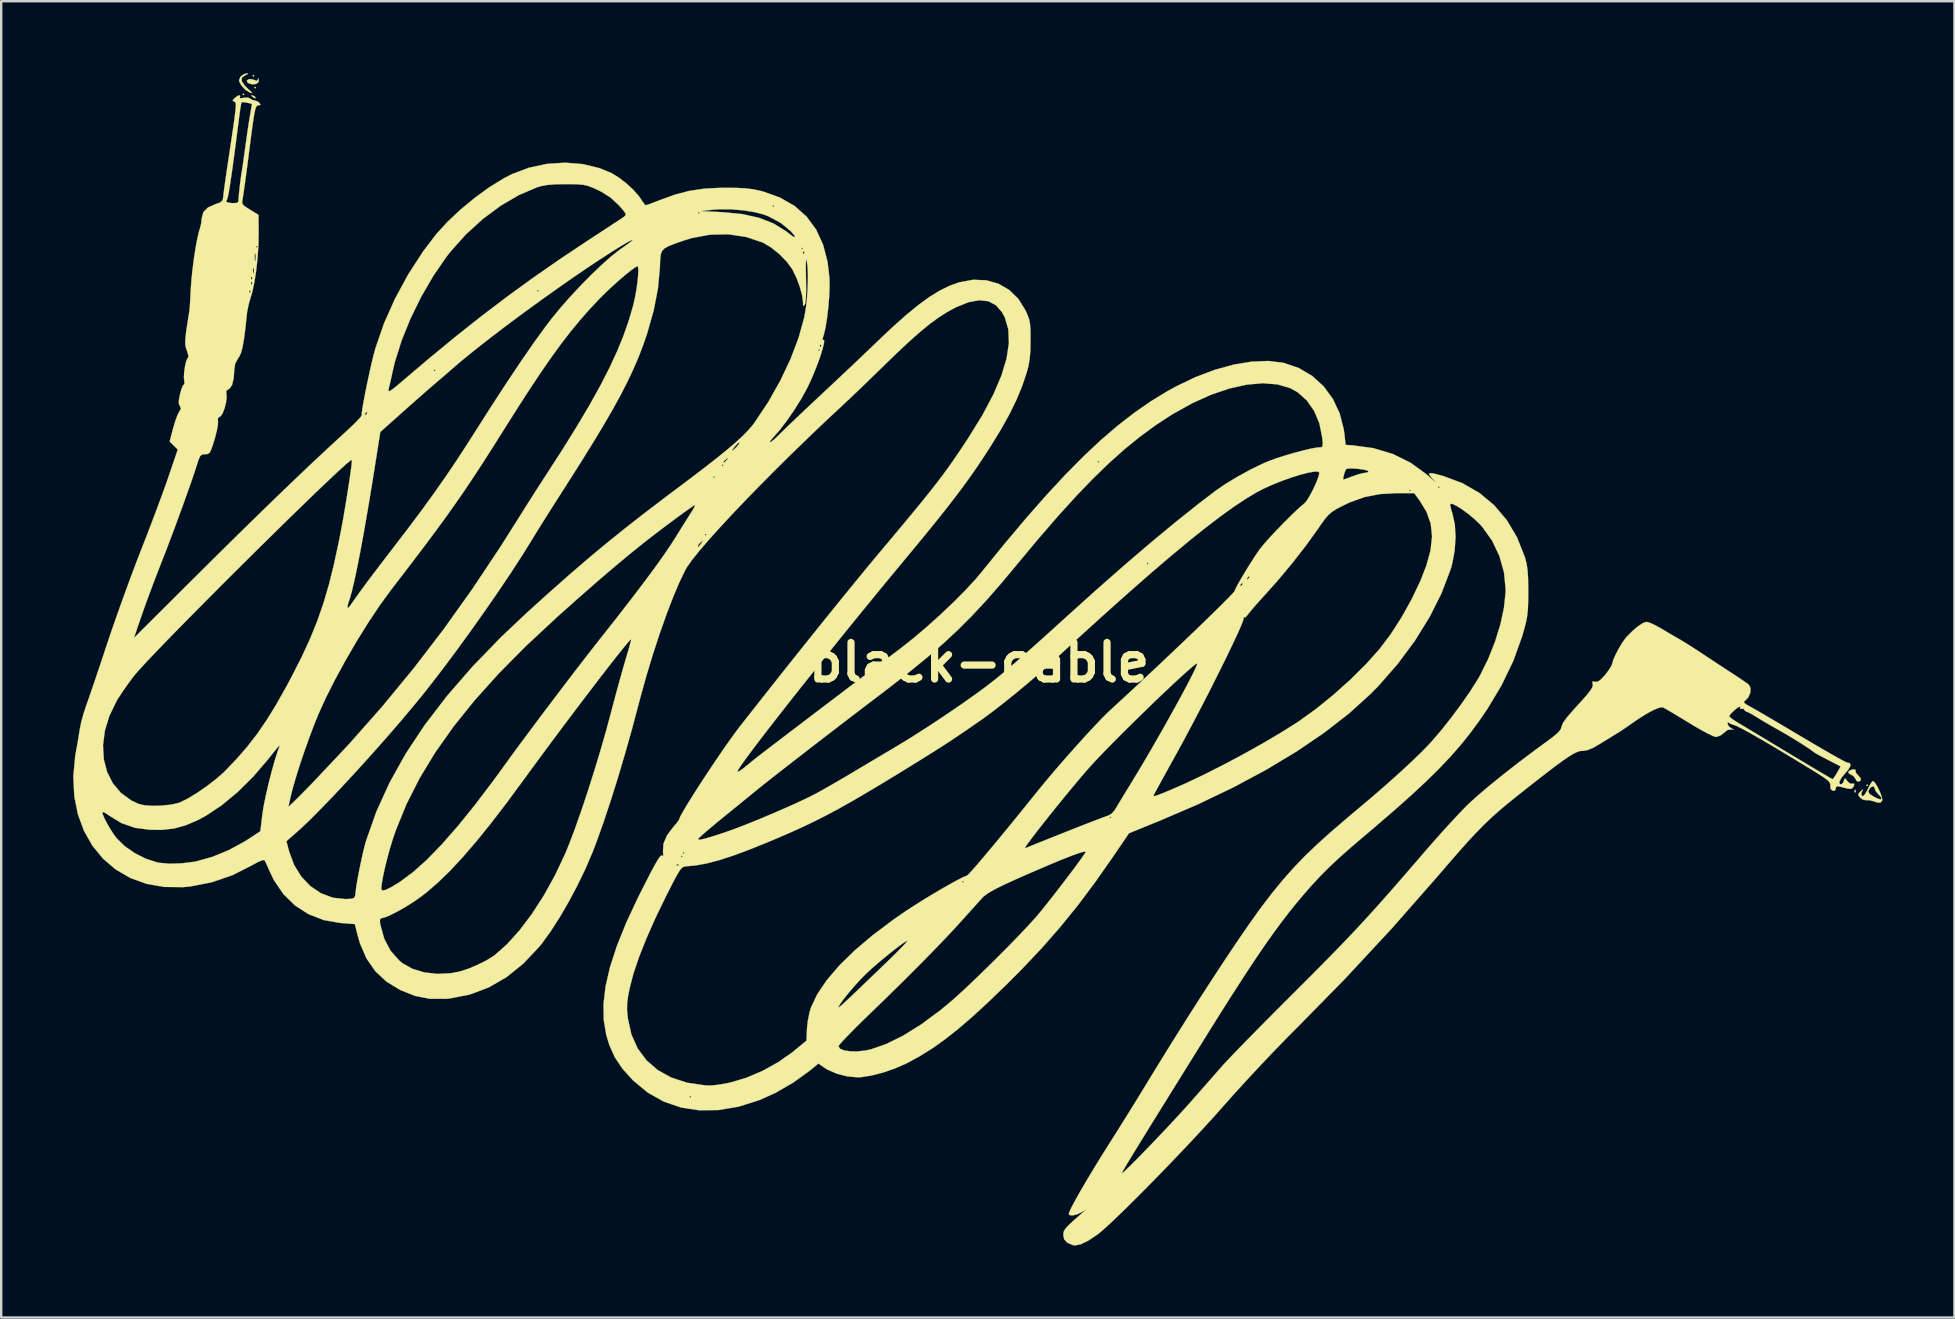
<source format=kicad_pcb>
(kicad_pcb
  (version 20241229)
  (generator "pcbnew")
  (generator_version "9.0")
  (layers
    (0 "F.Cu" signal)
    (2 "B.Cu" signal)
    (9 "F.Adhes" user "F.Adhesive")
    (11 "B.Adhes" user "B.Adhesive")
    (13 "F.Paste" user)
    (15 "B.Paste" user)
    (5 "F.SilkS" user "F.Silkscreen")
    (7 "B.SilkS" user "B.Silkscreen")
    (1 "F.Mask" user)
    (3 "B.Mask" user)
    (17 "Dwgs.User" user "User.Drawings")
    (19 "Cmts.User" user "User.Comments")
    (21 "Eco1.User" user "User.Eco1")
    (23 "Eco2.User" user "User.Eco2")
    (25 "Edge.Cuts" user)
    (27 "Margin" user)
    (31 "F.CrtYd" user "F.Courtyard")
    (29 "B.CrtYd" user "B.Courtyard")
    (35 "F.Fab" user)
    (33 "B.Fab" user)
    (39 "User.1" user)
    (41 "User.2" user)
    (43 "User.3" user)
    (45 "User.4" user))
  (footprint "black-cable"
    (layer "F.Cu")
    (at 37.742 24.553)
    (property "Reference" "black-cable" (at 0 0 0) (layer "F.SilkS") (effects (font (size 1.524 1.524) (thickness 0.3))))
    (attr through_hole)
    (fp_poly (pts (xy -30.621 -23.671) (xy -30.656 -23.636) (xy -30.692 -23.671) (xy -30.656 -23.707) (xy -30.621 -23.671)) (stroke (width 0.01) (type solid)) (fill yes) (layer "F.SilkS"))
    (fp_poly (pts (xy -30.198 -24.448) (xy -30.233 -24.412) (xy -30.268 -24.448) (xy -30.233 -24.483) (xy -30.198 -24.448)) (stroke (width 0.01) (type solid)) (fill yes) (layer "F.SilkS"))
    (fp_poly (pts (xy -30.127 -23.954) (xy -30.163 -23.918) (xy -30.198 -23.954) (xy -30.163 -23.989) (xy -30.127 -23.954)) (stroke (width 0.01) (type solid)) (fill yes) (layer "F.SilkS"))
    (fp_poly (pts (xy 37.042 5.115) (xy 37.006 5.151) (xy 36.971 5.115) (xy 37.006 5.08) (xy 37.042 5.115)) (stroke (width 0.01) (type solid)) (fill yes) (layer "F.SilkS"))
    (fp_poly (pts (xy 36.524 5.315) (xy 36.533 5.399) (xy 36.524 5.409) (xy 36.482 5.4) (xy 36.477 5.362) (xy 36.503 5.304) (xy 36.524 5.315)) (stroke (width 0.01) (type solid)) (fill yes) (layer "F.SilkS"))
    (fp_poly (pts (xy -30.178 -23.585) (xy -30.163 -23.566) (xy -30.138 -23.502) (xy -30.204 -23.526) (xy -30.268 -23.566) (xy -30.323 -23.622) (xy -30.29 -23.635) (xy -30.178 -23.585)) (stroke (width 0.01) (type solid)) (fill yes) (layer "F.SilkS"))
    (fp_poly (pts (xy -30.02 -24.328) (xy -30.009 -24.24) (xy -30.024 -24.183) (xy -30.118 -24.106) (xy -30.275 -24.088) (xy -30.43 -24.129) (xy -30.488 -24.175) (xy -30.503 -24.256) (xy -30.422 -24.303) (xy -30.29 -24.303) (xy -30.193 -24.268) (xy -30.084 -24.232) (xy -30.057 -24.28) (xy -30.034 -24.336) (xy -30.02 -24.328)) (stroke (width 0.01) (type solid)) (fill yes) (layer "F.SilkS"))
    (fp_poly (pts (xy 36.51 4.462) (xy 36.522 4.5) (xy 36.537 4.591) (xy 36.62 4.693) (xy 36.739 4.828) (xy 36.737 4.916) (xy 36.661 4.962) (xy 36.564 4.937) (xy 36.525 4.858) (xy 36.432 4.727) (xy 36.338 4.678) (xy 36.227 4.612) (xy 36.237 4.529) (xy 36.358 4.465) (xy 36.402 4.457) (xy 36.51 4.462)) (stroke (width 0.01) (type solid)) (fill yes) (layer "F.SilkS"))
    (fp_poly (pts (xy -30.457 -24.525) (xy -30.557 -24.476) (xy -30.571 -24.47) (xy -30.711 -24.371) (xy -30.72 -24.225) (xy -30.598 -24.036) (xy -30.46 -23.901) (xy -30.319 -23.773) (xy -30.281 -23.722) (xy -30.339 -23.733) (xy -30.396 -23.755) (xy -30.567 -23.864) (xy -30.722 -24.026) (xy -30.819 -24.193) (xy -30.833 -24.259) (xy -30.771 -24.409) (xy -30.622 -24.518) (xy -30.467 -24.548) (xy -30.457 -24.525)) (stroke (width 0.01) (type solid)) (fill yes) (layer "F.SilkS"))
    (fp_poly (pts (xy 37.321 4.999) (xy 37.417 5.148) (xy 37.516 5.343) (xy 37.596 5.541) (xy 37.636 5.695) (xy 37.633 5.747) (xy 37.567 5.833) (xy 37.445 5.84) (xy 37.254 5.777) (xy 37.076 5.735) (xy 36.958 5.739) (xy 36.824 5.715) (xy 36.715 5.634) (xy 36.636 5.53) (xy 36.653 5.451) (xy 36.746 5.359) (xy 36.832 5.288) (xy 36.835 5.299) (xy 36.83 5.305) (xy 36.767 5.432) (xy 36.774 5.54) (xy 36.828 5.574) (xy 36.895 5.515) (xy 36.988 5.365) (xy 36.991 5.359) (xy 37.05 5.359) (xy 37.097 5.47) (xy 37.273 5.587) (xy 37.471 5.682) (xy 37.575 5.706) (xy 37.606 5.665) (xy 37.606 5.66) (xy 37.558 5.578) (xy 37.465 5.484) (xy 37.358 5.355) (xy 37.324 5.257) (xy 37.287 5.16) (xy 37.189 5.182) (xy 37.126 5.235) (xy 37.05 5.359) (xy 36.991 5.359) (xy 37.042 5.256) (xy 37.136 5.073) (xy 37.218 4.958) (xy 37.248 4.939) (xy 37.321 4.999)) (stroke (width 0.01) (type solid)) (fill yes) (layer "F.SilkS"))
    (fp_poly (pts (xy -30.784 -23.598) (xy -30.802 -23.558) (xy -30.792 -23.511) (xy -30.661 -23.522) (xy -30.637 -23.527) (xy -30.464 -23.539) (xy -30.377 -23.499) (xy -30.274 -23.435) (xy -30.202 -23.424) (xy -30.05 -23.373) (xy -29.986 -23.319) (xy -29.939 -23.236) (xy -30.014 -23.213) (xy -30.033 -23.213) (xy -30.076 -23.203) (xy -30.113 -23.163) (xy -30.147 -23.078) (xy -30.183 -22.931) (xy -30.222 -22.707) (xy -30.268 -22.391) (xy -30.325 -21.966) (xy -30.396 -21.417) (xy -30.398 -21.396) (xy -30.463 -20.892) (xy -30.525 -20.421) (xy -30.581 -20.008) (xy -30.628 -19.672) (xy -30.663 -19.436) (xy -30.681 -19.332) (xy -30.704 -19.19) (xy -30.681 -19.093) (xy -30.587 -19.002) (xy -30.397 -18.88) (xy -30.378 -18.869) (xy -30.021 -18.652) (xy -30.014 -17.916) (xy -30.023 -17.404) (xy -30.06 -16.861) (xy -30.118 -16.326) (xy -30.194 -15.834) (xy -30.283 -15.425) (xy -30.339 -15.24) (xy -30.424 -14.947) (xy -30.489 -14.638) (xy -30.508 -14.499) (xy -30.568 -13.929) (xy -30.625 -13.485) (xy -30.684 -13.151) (xy -30.746 -12.912) (xy -30.816 -12.754) (xy -30.863 -12.69) (xy -30.995 -12.446) (xy -31.025 -12.241) (xy -31.057 -11.834) (xy -31.126 -11.555) (xy -31.231 -11.408) (xy -31.266 -11.391) (xy -31.366 -11.313) (xy -31.361 -11.215) (xy -31.347 -11.048) (xy -31.376 -10.824) (xy -31.436 -10.588) (xy -31.514 -10.386) (xy -31.597 -10.263) (xy -31.626 -10.247) (xy -31.714 -10.176) (xy -31.709 -10.056) (xy -31.711 -9.919) (xy -31.751 -9.689) (xy -31.82 -9.408) (xy -31.855 -9.288) (xy -31.946 -8.999) (xy -32.014 -8.819) (xy -32.076 -8.724) (xy -32.149 -8.685) (xy -32.245 -8.678) (xy -32.373 -8.663) (xy -32.455 -8.594) (xy -32.523 -8.436) (xy -32.552 -8.343) (xy -32.659 -8.009) (xy -32.808 -7.569) (xy -32.991 -7.05) (xy -33.196 -6.478) (xy -33.416 -5.879) (xy -33.639 -5.279) (xy -33.858 -4.703) (xy -34.041 -4.233) (xy -34.232 -3.744) (xy -34.429 -3.228) (xy -34.617 -2.723) (xy -34.781 -2.273) (xy -34.898 -1.94) (xy -35.211 -1.023) (xy -32.863 -3.361) (xy -31.829 -4.387) (xy -30.883 -5.322) (xy -30.012 -6.174) (xy -29.208 -6.955) (xy -28.46 -7.673) (xy -27.757 -8.34) (xy -27.088 -8.964) (xy -26.445 -9.557) (xy -26.372 -9.624) (xy -26.12 -9.859) (xy -25.915 -10.062) (xy -25.775 -10.214) (xy -25.718 -10.296) (xy -25.718 -10.302) (xy -25.718 -10.306) (xy -25.594 -10.306) (xy -25.585 -10.301) (xy -25.52 -10.351) (xy -25.506 -10.372) (xy -25.488 -10.438) (xy -25.498 -10.442) (xy -25.562 -10.393) (xy -25.576 -10.372) (xy -25.594 -10.306) (xy -25.718 -10.306) (xy -25.718 -10.391) (xy -25.691 -10.593) (xy -25.641 -10.882) (xy -25.574 -11.234) (xy -25.557 -11.319) (xy -24.611 -11.319) (xy -24.567 -11.303) (xy -24.453 -11.371) (xy -24.255 -11.529) (xy -24.144 -11.624) (xy -23.5 -12.171) (xy -22.719 -12.171) (xy -22.684 -12.136) (xy -22.648 -12.171) (xy -22.684 -12.206) (xy -22.719 -12.171) (xy -23.5 -12.171) (xy -22.942 -12.644) (xy -21.809 -13.577) (xy -20.718 -14.441) (xy -19.646 -15.254) (xy -19.326 -15.487) (xy -18.415 -15.487) (xy -18.38 -15.452) (xy -18.344 -15.487) (xy -18.38 -15.522) (xy -18.415 -15.487) (xy -19.326 -15.487) (xy -18.568 -16.037) (xy -17.459 -16.807) (xy -16.293 -17.584) (xy -16.193 -17.649) (xy -15.809 -17.9) (xy -15.46 -18.129) (xy -15.164 -18.324) (xy -14.94 -18.471) (xy -14.81 -18.559) (xy -14.79 -18.572) (xy -14.73 -18.628) (xy -14.723 -18.691) (xy -14.747 -18.733) (xy -11.712 -18.733) (xy -11.677 -18.697) (xy -11.642 -18.733) (xy -11.677 -18.768) (xy -11.712 -18.733) (xy -14.747 -18.733) (xy -14.782 -18.791) (xy -14.797 -18.808) (xy -11.606 -18.808) (xy -10.654 -18.761) (xy -9.856 -18.682) (xy -9.165 -18.527) (xy -8.566 -18.293) (xy -8.045 -17.973) (xy -7.9 -17.859) (xy -7.735 -17.738) (xy -7.663 -17.719) (xy -7.691 -17.792) (xy -7.823 -17.949) (xy -7.835 -17.962) (xy -8.257 -18.312) (xy -8.77 -18.588) (xy -8.952 -18.659) (xy -9.337 -18.761) (xy -9.808 -18.837) (xy -10.311 -18.88) (xy -10.794 -18.885) (xy -11.055 -18.867) (xy -11.606 -18.808) (xy -14.797 -18.808) (xy -14.92 -18.953) (xy -14.976 -19.015) (xy -8.608 -19.015) (xy -8.572 -18.979) (xy -8.537 -19.015) (xy -8.572 -19.05) (xy -8.608 -19.015) (xy -14.976 -19.015) (xy -15.015 -19.058) (xy -15.349 -19.369) (xy -15.733 -19.612) (xy -15.888 -19.689) (xy -16.121 -19.794) (xy -16.309 -19.863) (xy -16.494 -19.903) (xy -16.717 -19.923) (xy -17.019 -19.93) (xy -17.216 -19.931) (xy -17.648 -19.923) (xy -17.979 -19.898) (xy -18.245 -19.849) (xy -18.415 -19.799) (xy -19.173 -19.475) (xy -19.934 -19.029) (xy -20.675 -18.479) (xy -21.375 -17.842) (xy -22.009 -17.135) (xy -22.194 -16.898) (xy -22.74 -16.103) (xy -23.244 -15.235) (xy -23.688 -14.328) (xy -24.057 -13.418) (xy -24.334 -12.538) (xy -24.421 -12.176) (xy -24.486 -11.879) (xy -24.543 -11.626) (xy -24.585 -11.454) (xy -24.596 -11.412) (xy -24.611 -11.319) (xy -25.557 -11.319) (xy -25.495 -11.623) (xy -25.409 -12.025) (xy -25.322 -12.415) (xy -25.237 -12.767) (xy -25.16 -13.056) (xy -25.15 -13.091) (xy -24.799 -14.112) (xy -24.337 -15.15) (xy -23.783 -16.17) (xy -23.158 -17.134) (xy -22.618 -17.843) (xy -22.158 -18.349) (xy -21.613 -18.862) (xy -21.018 -19.354) (xy -20.406 -19.798) (xy -19.813 -20.166) (xy -19.466 -20.346) (xy -18.752 -20.615) (xy -18.003 -20.775) (xy -17.244 -20.825) (xy -16.501 -20.765) (xy -15.8 -20.594) (xy -15.306 -20.388) (xy -15.01 -20.206) (xy -14.695 -19.963) (xy -14.404 -19.695) (xy -14.178 -19.439) (xy -14.111 -19.343) (xy -13.999 -19.174) (xy -13.912 -19.068) (xy -13.887 -19.052) (xy -13.804 -19.076) (xy -13.624 -19.14) (xy -13.383 -19.233) (xy -13.311 -19.261) (xy -12.663 -19.495) (xy -12.057 -19.653) (xy -11.439 -19.744) (xy -10.756 -19.779) (xy -10.548 -19.78) (xy -10.085 -19.774) (xy -9.723 -19.754) (xy -9.421 -19.718) (xy -9.141 -19.661) (xy -9.003 -19.626) (xy -8.292 -19.371) (xy -7.686 -19.022) (xy -7.185 -18.579) (xy -6.789 -18.042) (xy -6.497 -17.41) (xy -6.308 -16.682) (xy -6.232 -16.016) (xy -6.226 -15.659) (xy -6.243 -15.237) (xy -6.28 -14.788) (xy -6.332 -14.35) (xy -6.395 -13.962) (xy -6.465 -13.661) (xy -6.494 -13.575) (xy -6.527 -13.451) (xy -6.488 -13.443) (xy -6.45 -13.421) (xy -6.461 -13.292) (xy -6.514 -13.077) (xy -6.6 -12.797) (xy -6.714 -12.473) (xy -6.848 -12.129) (xy -6.994 -11.784) (xy -7.146 -11.461) (xy -7.154 -11.446) (xy -7.396 -11.004) (xy -7.687 -10.536) (xy -7.999 -10.084) (xy -8.303 -9.687) (xy -8.523 -9.437) (xy -8.652 -9.29) (xy -8.714 -9.194) (xy -8.707 -9.172) (xy -8.625 -9.22) (xy -8.48 -9.343) (xy -8.323 -9.497) (xy -8.187 -9.632) (xy -7.966 -9.846) (xy -7.675 -10.124) (xy -7.332 -10.449) (xy -6.955 -10.805) (xy -6.562 -11.173) (xy -6.128 -11.579) (xy -5.677 -12.004) (xy -5.234 -12.422) (xy -4.824 -12.811) (xy -4.473 -13.146) (xy -4.269 -13.343) (xy -3.619 -13.958) (xy -3.043 -14.472) (xy -2.53 -14.893) (xy -2.066 -15.23) (xy -1.638 -15.494) (xy -1.235 -15.692) (xy -0.843 -15.834) (xy -0.831 -15.838) (xy -0.25 -15.946) (xy 0.302 -15.925) (xy 0.811 -15.781) (xy 1.263 -15.519) (xy 1.643 -15.146) (xy 1.933 -14.677) (xy 2.028 -14.466) (xy 2.09 -14.289) (xy 2.126 -14.106) (xy 2.143 -13.876) (xy 2.147 -13.56) (xy 2.147 -13.406) (xy 2.138 -12.974) (xy 2.109 -12.634) (xy 2.056 -12.335) (xy 1.982 -12.065) (xy 1.792 -11.503) (xy 1.56 -10.942) (xy 1.276 -10.36) (xy 0.927 -9.732) (xy 0.501 -9.036) (xy 0.225 -8.608) (xy -0.055 -8.187) (xy -0.342 -7.773) (xy -0.647 -7.351) (xy -0.981 -6.905) (xy -1.356 -6.421) (xy -1.785 -5.883) (xy -2.278 -5.276) (xy -2.848 -4.585) (xy -3.115 -4.263) (xy -3.715 -3.539) (xy -4.324 -2.8) (xy -4.933 -2.054) (xy -5.538 -1.309) (xy -6.131 -0.574) (xy -6.707 0.143) (xy -7.258 0.834) (xy -7.779 1.492) (xy -8.262 2.107) (xy -8.702 2.672) (xy -9.093 3.179) (xy -9.427 3.619) (xy -9.698 3.984) (xy -9.901 4.267) (xy -10.028 4.459) (xy -10.073 4.551) (xy -10.071 4.558) (xy -10.003 4.535) (xy -9.863 4.442) (xy -9.728 4.337) (xy -9.537 4.181) (xy -9.378 4.051) (xy -9.313 3.999) (xy -9.194 3.906) (xy -8.978 3.739) (xy -8.679 3.511) (xy -8.314 3.232) (xy -7.897 2.914) (xy -7.444 2.569) (xy -6.969 2.208) (xy -6.489 1.843) (xy -6.018 1.486) (xy -5.572 1.147) (xy -5.165 0.84) (xy -4.814 0.574) (xy -4.533 0.363) (xy -4.516 0.35) (xy -4.161 0.084) (xy -3.844 -0.154) (xy -3.58 -0.352) (xy -3.39 -0.495) (xy -3.289 -0.57) (xy -3.281 -0.577) (xy -2.746 -1) (xy -2.183 -1.477) (xy -1.618 -1.984) (xy -1.076 -2.498) (xy -0.581 -2.995) (xy -0.159 -3.451) (xy 0.084 -3.739) (xy 1.046 -4.923) (xy 1.945 -5.991) (xy 2.789 -6.952) (xy 3.588 -7.813) (xy 4.129 -8.361) (xy 4.939 -8.361) (xy 4.974 -8.326) (xy 5.009 -8.361) (xy 4.974 -8.396) (xy 4.939 -8.361) (xy 4.129 -8.361) (xy 4.347 -8.581) (xy 5.075 -9.264) (xy 5.781 -9.87) (xy 6.471 -10.405) (xy 7.153 -10.878) (xy 7.837 -11.296) (xy 8.194 -11.494) (xy 9.01 -11.886) (xy 9.821 -12.193) (xy 10.611 -12.411) (xy 11.361 -12.535) (xy 12.053 -12.563) (xy 12.67 -12.489) (xy 12.7 -12.482) (xy 13.326 -12.269) (xy 13.883 -11.94) (xy 14.358 -11.507) (xy 14.743 -10.983) (xy 15.027 -10.38) (xy 15.199 -9.71) (xy 15.226 -9.514) (xy 15.275 -9.066) (xy 15.557 -9.049) (xy 16.432 -8.93) (xy 17.242 -8.688) (xy 17.983 -8.322) (xy 18.655 -7.834) (xy 18.803 -7.701) (xy 18.962 -7.555) (xy 19.024 -7.506) (xy 18.989 -7.552) (xy 18.912 -7.638) (xy 18.79 -7.781) (xy 18.75 -7.865) (xy 18.804 -7.893) (xy 18.964 -7.869) (xy 19.243 -7.796) (xy 19.353 -7.765) (xy 20.144 -7.47) (xy 20.85 -7.064) (xy 21.466 -6.55) (xy 21.989 -5.934) (xy 22.414 -5.219) (xy 22.738 -4.409) (xy 22.759 -4.339) (xy 22.817 -4.108) (xy 22.856 -3.845) (xy 22.877 -3.518) (xy 22.885 -3.094) (xy 22.885 -2.928) (xy 22.881 -2.517) (xy 22.868 -2.202) (xy 22.841 -1.94) (xy 22.792 -1.684) (xy 22.716 -1.39) (xy 22.627 -1.081) (xy 22.264 -0.07) (xy 21.771 0.952) (xy 21.19 1.922) (xy 20.831 2.448) (xy 20.461 2.949) (xy 20.068 3.439) (xy 19.639 3.928) (xy 19.162 4.431) (xy 18.625 4.959) (xy 18.017 5.525) (xy 17.325 6.141) (xy 16.537 6.82) (xy 16.051 7.231) (xy 15.483 7.716) (xy 15.003 8.141) (xy 14.588 8.53) (xy 14.214 8.906) (xy 13.855 9.293) (xy 13.589 9.596) (xy 13.26 9.984) (xy 12.936 10.385) (xy 12.61 10.809) (xy 12.272 11.267) (xy 11.914 11.773) (xy 11.53 12.337) (xy 11.11 12.971) (xy 10.647 13.687) (xy 10.133 14.496) (xy 9.559 15.411) (xy 9.289 15.845) (xy 8.7 16.793) (xy 8.181 17.627) (xy 7.729 18.356) (xy 7.339 18.984) (xy 7.007 19.52) (xy 6.73 19.97) (xy 6.502 20.341) (xy 6.32 20.64) (xy 6.179 20.872) (xy 6.077 21.046) (xy 6.007 21.167) (xy 5.966 21.243) (xy 5.951 21.279) (xy 5.951 21.285) (xy 6.008 21.247) (xy 6.147 21.119) (xy 6.354 20.917) (xy 6.616 20.653) (xy 6.919 20.342) (xy 7.25 19.999) (xy 7.594 19.638) (xy 7.938 19.273) (xy 8.268 18.918) (xy 8.571 18.587) (xy 8.833 18.296) (xy 8.883 18.239) (xy 9.195 17.883) (xy 9.519 17.513) (xy 9.826 17.164) (xy 10.085 16.87) (xy 10.185 16.757) (xy 10.338 16.591) (xy 10.578 16.339) (xy 10.894 16.012) (xy 11.272 15.625) (xy 11.7 15.19) (xy 12.166 14.72) (xy 12.656 14.227) (xy 13.09 13.794) (xy 13.758 13.127) (xy 14.343 12.537) (xy 14.863 12.007) (xy 15.338 11.514) (xy 15.786 11.039) (xy 16.225 10.563) (xy 16.674 10.065) (xy 17.151 9.526) (xy 17.675 8.925) (xy 18.265 8.243) (xy 18.491 7.98) (xy 18.867 7.548) (xy 19.249 7.117) (xy 19.618 6.711) (xy 19.953 6.35) (xy 20.235 6.055) (xy 20.427 5.865) (xy 20.817 5.514) (xy 21.304 5.103) (xy 21.865 4.649) (xy 22.48 4.17) (xy 23.127 3.683) (xy 23.58 3.351) (xy 23.887 3.123) (xy 24.091 2.954) (xy 24.211 2.826) (xy 24.263 2.723) (xy 24.269 2.681) (xy 24.329 2.525) (xy 24.496 2.287) (xy 24.77 1.972) (xy 24.785 1.955) (xy 25.093 1.618) (xy 25.315 1.367) (xy 25.462 1.183) (xy 25.545 1.053) (xy 25.576 0.959) (xy 25.568 0.885) (xy 25.566 0.88) (xy 25.555 0.796) (xy 25.641 0.799) (xy 25.663 0.805) (xy 25.767 0.806) (xy 25.886 0.731) (xy 26.049 0.561) (xy 26.097 0.504) (xy 26.249 0.304) (xy 26.354 0.132) (xy 26.388 0.035) (xy 26.424 -0.103) (xy 26.519 -0.317) (xy 26.649 -0.566) (xy 26.795 -0.81) (xy 26.933 -1.008) (xy 26.975 -1.058) (xy 27.219 -1.306) (xy 27.46 -1.51) (xy 27.669 -1.646) (xy 27.813 -1.693) (xy 27.942 -1.658) (xy 28.15 -1.564) (xy 28.397 -1.431) (xy 28.463 -1.392) (xy 28.734 -1.23) (xy 28.993 -1.078) (xy 29.188 -0.967) (xy 29.21 -0.954) (xy 29.369 -0.86) (xy 29.609 -0.709) (xy 29.898 -0.524) (xy 30.152 -0.356) (xy 30.5 -0.126) (xy 30.876 0.122) (xy 31.223 0.35) (xy 31.403 0.466) (xy 31.66 0.636) (xy 31.882 0.785) (xy 32.034 0.892) (xy 32.072 0.921) (xy 32.147 1.064) (xy 32.137 1.259) (xy 32.053 1.452) (xy 31.956 1.556) (xy 31.882 1.621) (xy 31.878 1.675) (xy 31.963 1.744) (xy 32.153 1.852) (xy 32.175 1.864) (xy 32.33 1.951) (xy 32.587 2.1) (xy 32.927 2.298) (xy 33.329 2.535) (xy 33.774 2.798) (xy 34.243 3.077) (xy 34.303 3.112) (xy 34.756 3.38) (xy 35.172 3.623) (xy 35.535 3.832) (xy 35.828 3.997) (xy 36.036 4.109) (xy 36.143 4.161) (xy 36.152 4.163) (xy 36.291 4.199) (xy 36.311 4.306) (xy 36.212 4.476) (xy 36.112 4.591) (xy 35.938 4.799) (xy 35.851 4.961) (xy 35.858 5.059) (xy 35.919 5.08) (xy 35.997 5.021) (xy 36.034 4.936) (xy 36.067 4.837) (xy 36.11 4.851) (xy 36.176 4.941) (xy 36.288 5.04) (xy 36.379 5.052) (xy 36.466 5.049) (xy 36.454 5.14) (xy 36.415 5.209) (xy 36.344 5.264) (xy 36.209 5.259) (xy 36.081 5.228) (xy 35.865 5.171) (xy 35.752 5.159) (xy 35.708 5.193) (xy 35.701 5.262) (xy 35.649 5.345) (xy 35.578 5.347) (xy 35.484 5.274) (xy 35.473 5.139) (xy 35.47 5.059) (xy 35.43 4.981) (xy 35.337 4.889) (xy 35.171 4.769) (xy 34.915 4.604) (xy 34.642 4.436) (xy 33.849 3.954) (xy 33.173 3.548) (xy 32.609 3.215) (xy 32.156 2.956) (xy 31.812 2.768) (xy 31.572 2.649) (xy 31.436 2.599) (xy 31.433 2.599) (xy 31.291 2.547) (xy 31.24 2.505) (xy 31.195 2.495) (xy 31.187 2.547) (xy 31.243 2.662) (xy 31.344 2.741) (xy 31.446 2.797) (xy 31.424 2.802) (xy 31.357 2.787) (xy 31.183 2.815) (xy 31.045 2.927) (xy 30.882 3.05) (xy 30.714 3.104) (xy 30.708 3.104) (xy 30.591 3.068) (xy 30.381 2.969) (xy 30.101 2.819) (xy 29.776 2.632) (xy 29.574 2.509) (xy 29.238 2.303) (xy 29.127 2.237) (xy 31.257 2.237) (xy 31.314 2.301) (xy 31.458 2.407) (xy 31.593 2.492) (xy 31.739 2.58) (xy 31.987 2.729) (xy 32.319 2.928) (xy 32.715 3.166) (xy 33.157 3.432) (xy 33.627 3.715) (xy 33.726 3.774) (xy 34.18 4.047) (xy 34.594 4.295) (xy 34.954 4.509) (xy 35.243 4.68) (xy 35.447 4.799) (xy 35.551 4.858) (xy 35.56 4.862) (xy 35.613 4.81) (xy 35.705 4.673) (xy 35.749 4.598) (xy 35.902 4.33) (xy 35.361 4.052) (xy 35.112 3.922) (xy 34.914 3.815) (xy 34.799 3.747) (xy 34.784 3.735) (xy 34.695 3.664) (xy 34.513 3.541) (xy 34.27 3.383) (xy 33.994 3.211) (xy 33.714 3.042) (xy 33.514 2.925) (xy 33.161 2.724) (xy 32.904 2.577) (xy 32.718 2.469) (xy 32.577 2.385) (xy 32.454 2.31) (xy 32.323 2.228) (xy 32.32 2.226) (xy 32.138 2.12) (xy 32 2.055) (xy 31.963 2.046) (xy 31.894 1.991) (xy 31.891 1.968) (xy 31.84 1.922) (xy 31.782 1.932) (xy 31.709 1.937) (xy 31.715 1.904) (xy 31.719 1.841) (xy 31.701 1.837) (xy 31.609 1.883) (xy 31.475 1.989) (xy 31.344 2.114) (xy 31.265 2.214) (xy 31.257 2.237) (xy 29.127 2.237) (xy 28.937 2.122) (xy 28.695 1.98) (xy 28.536 1.89) (xy 28.489 1.868) (xy 28.357 1.879) (xy 28.135 1.966) (xy 27.845 2.119) (xy 27.508 2.327) (xy 27.204 2.536) (xy 26.969 2.701) (xy 26.74 2.855) (xy 26.624 2.928) (xy 26.452 3.034) (xy 26.207 3.184) (xy 25.938 3.351) (xy 25.891 3.38) (xy 25.587 3.555) (xy 25.356 3.651) (xy 25.166 3.682) (xy 25.132 3.682) (xy 25.036 3.691) (xy 24.916 3.73) (xy 24.764 3.805) (xy 24.568 3.925) (xy 24.319 4.096) (xy 24.006 4.325) (xy 23.618 4.621) (xy 23.145 4.989) (xy 22.578 5.437) (xy 22.366 5.605) (xy 21.992 5.907) (xy 21.655 6.191) (xy 21.341 6.472) (xy 21.031 6.768) (xy 20.711 7.095) (xy 20.363 7.47) (xy 19.971 7.91) (xy 19.518 8.431) (xy 19.155 8.855) (xy 17.215 11.064) (xy 15.242 13.188) (xy 13.365 15.099) (xy 12.867 15.599) (xy 12.319 16.165) (xy 11.751 16.762) (xy 11.194 17.36) (xy 10.678 17.924) (xy 10.241 18.415) (xy 9.847 18.859) (xy 9.403 19.347) (xy 8.922 19.866) (xy 8.416 20.402) (xy 7.899 20.943) (xy 7.383 21.475) (xy 6.88 21.987) (xy 6.404 22.464) (xy 5.966 22.894) (xy 5.58 23.264) (xy 5.259 23.562) (xy 5.014 23.773) (xy 4.936 23.834) (xy 4.555 24.089) (xy 4.238 24.242) (xy 3.992 24.29) (xy 3.916 24.278) (xy 3.673 24.174) (xy 3.546 24.031) (xy 3.513 23.863) (xy 3.517 23.765) (xy 3.546 23.674) (xy 3.617 23.57) (xy 3.744 23.434) (xy 3.945 23.249) (xy 4.234 22.995) (xy 4.304 22.934) (xy 4.48 22.781) (xy 4.283 22.901) (xy 4.087 22.994) (xy 3.905 23.038) (xy 3.777 23.028) (xy 3.739 22.976) (xy 3.776 22.865) (xy 3.88 22.65) (xy 4.044 22.347) (xy 4.257 21.97) (xy 4.513 21.534) (xy 4.801 21.055) (xy 5.113 20.548) (xy 5.422 20.058) (xy 5.726 19.577) (xy 6.058 19.047) (xy 6.392 18.51) (xy 6.701 18.01) (xy 6.947 17.607) (xy 7.512 16.682) (xy 8.088 15.752) (xy 8.666 14.834) (xy 9.235 13.942) (xy 9.787 13.09) (xy 10.311 12.294) (xy 10.798 11.568) (xy 11.238 10.928) (xy 11.622 10.387) (xy 11.789 10.16) (xy 12.23 9.585) (xy 12.661 9.059) (xy 13.101 8.562) (xy 13.57 8.075) (xy 14.089 7.577) (xy 14.676 7.049) (xy 15.352 6.469) (xy 15.663 6.208) (xy 16.328 5.648) (xy 16.955 5.104) (xy 17.53 4.59) (xy 18.039 4.119) (xy 18.466 3.705) (xy 18.797 3.361) (xy 18.828 3.327) (xy 19.248 2.839) (xy 19.678 2.298) (xy 20.094 1.738) (xy 20.471 1.195) (xy 20.782 0.702) (xy 20.88 0.531) (xy 21.217 -0.15) (xy 21.502 -0.869) (xy 21.724 -1.591) (xy 21.873 -2.285) (xy 21.939 -2.915) (xy 21.942 -3.061) (xy 21.873 -3.756) (xy 21.681 -4.44) (xy 21.377 -5.079) (xy 20.974 -5.644) (xy 20.859 -5.771) (xy 20.64 -5.98) (xy 20.393 -6.185) (xy 20.144 -6.369) (xy 19.919 -6.513) (xy 19.743 -6.601) (xy 19.644 -6.613) (xy 19.638 -6.609) (xy 19.638 -6.527) (xy 19.678 -6.355) (xy 19.728 -6.196) (xy 19.826 -5.749) (xy 19.856 -5.222) (xy 19.818 -4.658) (xy 19.713 -4.101) (xy 19.651 -3.881) (xy 19.273 -2.888) (xy 18.769 -1.886) (xy 18.153 -0.893) (xy 17.436 0.072) (xy 16.631 0.989) (xy 16.31 1.315) (xy 15.419 2.122) (xy 14.395 2.918) (xy 13.246 3.7) (xy 11.979 4.462) (xy 10.603 5.2) (xy 9.125 5.909) (xy 7.603 6.563) (xy 6.248 7.116) (xy 5.59 8.083) (xy 4.843 9.15) (xy 4.116 10.12) (xy 3.38 11.028) (xy 2.608 11.908) (xy 1.768 12.795) (xy 1.119 13.445) (xy 0.391 14.147) (xy -0.264 14.749) (xy -0.862 15.264) (xy -1.418 15.703) (xy -1.945 16.078) (xy -2.46 16.4) (xy -2.977 16.68) (xy -3.069 16.727) (xy -3.526 16.925) (xy -4.013 17.091) (xy -4.488 17.212) (xy -4.907 17.278) (xy -5.074 17.285) (xy -5.5 17.243) (xy -5.933 17.131) (xy -6.311 16.966) (xy -6.422 16.897) (xy -6.691 16.711) (xy -7.07 17.02) (xy -7.745 17.507) (xy -8.482 17.933) (xy -9.15 18.234) (xy -10.015 18.507) (xy -10.853 18.648) (xy -11.656 18.66) (xy -12.418 18.542) (xy -13.135 18.296) (xy -13.489 18.098) (xy -12.065 18.098) (xy -12.03 18.133) (xy -11.994 18.098) (xy -12.03 18.062) (xy -12.065 18.098) (xy -13.489 18.098) (xy -13.799 17.923) (xy -14.404 17.424) (xy -14.433 17.395) (xy -14.86 16.921) (xy -15.176 16.449) (xy -15.405 15.937) (xy -15.533 15.514) (xy -15.636 14.894) (xy -15.643 14.444) (xy -14.666 14.444) (xy -14.644 14.722) (xy -14.63 14.839) (xy -14.484 15.499) (xy -14.224 16.079) (xy -13.856 16.576) (xy -13.386 16.983) (xy -12.822 17.295) (xy -12.168 17.509) (xy -11.432 17.617) (xy -11.218 17.628) (xy -11.037 17.616) (xy -10.767 17.578) (xy -10.456 17.521) (xy -10.336 17.495) (xy -9.693 17.304) (xy -9.022 17.017) (xy -8.372 16.658) (xy -7.79 16.25) (xy -7.739 16.209) (xy -7.47 15.988) (xy -5.856 15.988) (xy -5.792 16.092) (xy -5.617 16.164) (xy -5.362 16.202) (xy -5.053 16.204) (xy -4.719 16.166) (xy -4.513 16.121) (xy -3.867 15.898) (xy -3.166 15.551) (xy -2.417 15.085) (xy -1.628 14.503) (xy -1.272 14.212) (xy -0.962 13.942) (xy -0.584 13.595) (xy -0.156 13.19) (xy 0.301 12.747) (xy 0.769 12.285) (xy 1.226 11.825) (xy 1.653 11.385) (xy 2.031 10.986) (xy 2.339 10.648) (xy 2.515 10.442) (xy 2.742 10.163) (xy 2.997 9.84) (xy 3.268 9.492) (xy 3.541 9.137) (xy 3.801 8.795) (xy 4.035 8.482) (xy 4.228 8.218) (xy 4.367 8.02) (xy 4.439 7.908) (xy 4.445 7.892) (xy 4.382 7.882) (xy 4.196 7.932) (xy 3.89 8.041) (xy 3.467 8.206) (xy 2.932 8.428) (xy 2.288 8.704) (xy 1.6 9.005) (xy 1.067 9.248) (xy 0.66 9.45) (xy 0.372 9.615) (xy 0.196 9.747) (xy 0.176 9.766) (xy 0.048 9.905) (xy -0.148 10.121) (xy -0.386 10.385) (xy -0.64 10.669) (xy -0.661 10.693) (xy -1.133 11.209) (xy -1.701 11.807) (xy -2.354 12.476) (xy -3.081 13.204) (xy -3.871 13.981) (xy -4.533 14.621) (xy -4.889 14.967) (xy -5.209 15.285) (xy -5.479 15.56) (xy -5.686 15.778) (xy -5.816 15.927) (xy -5.856 15.988) (xy -7.47 15.988) (xy -7.189 15.758) (xy -7.169 15.27) (xy -7.135 14.941) (xy -7.067 14.596) (xy -7.003 14.378) (xy -6.996 14.365) (xy -5.856 14.365) (xy -5.845 14.37) (xy -5.807 14.345) (xy -5.733 14.284) (xy -5.614 14.177) (xy -5.441 14.016) (xy -5.206 13.793) (xy -4.899 13.5) (xy -4.512 13.129) (xy -4.036 12.671) (xy -3.823 12.466) (xy -3.54 12.19) (xy -3.299 11.949) (xy -3.116 11.759) (xy -3.007 11.636) (xy -2.984 11.597) (xy -3.052 11.623) (xy -3.204 11.725) (xy -3.421 11.885) (xy -3.68 12.089) (xy -3.962 12.317) (xy -4.243 12.554) (xy -4.504 12.783) (xy -4.724 12.987) (xy -4.73 12.993) (xy -4.948 13.216) (xy -5.181 13.472) (xy -5.406 13.735) (xy -5.606 13.982) (xy -5.758 14.187) (xy -5.844 14.327) (xy -5.856 14.365) (xy -6.996 14.365) (xy -6.74 13.824) (xy -6.346 13.239) (xy -5.825 12.63) (xy -5.183 12.001) (xy -4.425 11.359) (xy -3.556 10.707) (xy -2.999 10.323) (xy -2.664 10.106) (xy -2.295 9.875) (xy -1.912 9.643) (xy -1.537 9.422) (xy -1.19 9.225) (xy -1.03 9.137) (xy -0.706 9.137) (xy -0.67 9.172) (xy -0.635 9.137) (xy -0.67 9.102) (xy -0.706 9.137) (xy -1.03 9.137) (xy -0.893 9.062) (xy -0.667 8.948) (xy -0.533 8.893) (xy -0.514 8.89) (xy -0.45 8.836) (xy -0.305 8.682) (xy -0.089 8.436) (xy 0.191 8.108) (xy 0.498 7.742) (xy 1.911 7.742) (xy 1.914 7.741) (xy 2.005 7.705) (xy 2.207 7.623) (xy 2.502 7.505) (xy 2.87 7.358) (xy 3.292 7.19) (xy 3.608 7.064) (xy 4.062 6.884) (xy 4.479 6.72) (xy 4.84 6.581) (xy 5.124 6.473) (xy 5.172 6.456) (xy 5.433 6.456) (xy 5.468 6.491) (xy 5.503 6.456) (xy 5.468 6.421) (xy 5.433 6.456) (xy 5.172 6.456) (xy 5.312 6.405) (xy 5.373 6.385) (xy 5.529 6.296) (xy 5.653 6.153) (xy 5.726 6.032) (xy 5.858 5.814) (xy 6.018 5.55) (xy 7.267 5.55) (xy 7.283 5.569) (xy 7.345 5.56) (xy 7.474 5.516) (xy 7.694 5.43) (xy 7.959 5.321) (xy 8.628 5.028) (xy 9.379 4.671) (xy 10.178 4.267) (xy 10.993 3.834) (xy 11.789 3.389) (xy 12.534 2.951) (xy 13.196 2.537) (xy 13.335 2.445) (xy 14.031 1.944) (xy 14.752 1.36) (xy 15.46 0.727) (xy 16.115 0.079) (xy 16.679 -0.549) (xy 16.692 -0.564) (xy 17.155 -1.178) (xy 17.609 -1.885) (xy 18.028 -2.638) (xy 18.387 -3.392) (xy 18.641 -4.043) (xy 18.815 -4.682) (xy 18.876 -5.254) (xy 18.822 -5.777) (xy 18.65 -6.269) (xy 18.358 -6.748) (xy 18.353 -6.756) (xy 18.132 -7.056) (xy 17.419 -7.056) (xy 16.707 -7.017) (xy 16.067 -6.893) (xy 15.451 -6.672) (xy 15.139 -6.523) (xy 14.888 -6.39) (xy 14.702 -6.272) (xy 14.552 -6.142) (xy 14.404 -5.967) (xy 14.226 -5.719) (xy 14.123 -5.568) (xy 13.629 -4.88) (xy 13.057 -4.145) (xy 12.436 -3.403) (xy 11.889 -2.79) (xy 11.645 -2.522) (xy 11.433 -2.281) (xy 11.273 -2.091) (xy 11.185 -1.975) (xy 11.179 -1.966) (xy 11.099 -1.881) (xy 11.045 -1.885) (xy 11.016 -1.891) (xy 11.031 -1.859) (xy 11.014 -1.772) (xy 10.938 -1.574) (xy 10.81 -1.28) (xy 10.635 -0.903) (xy 10.423 -0.457) (xy 10.178 0.045) (xy 9.908 0.587) (xy 9.621 1.157) (xy 9.322 1.74) (xy 9.019 2.323) (xy 8.718 2.892) (xy 8.428 3.432) (xy 8.223 3.804) (xy 7.975 4.252) (xy 7.751 4.658) (xy 7.559 5.007) (xy 7.409 5.282) (xy 7.309 5.468) (xy 7.268 5.549) (xy 7.267 5.55) (xy 6.018 5.55) (xy 6.035 5.523) (xy 6.243 5.182) (xy 6.434 4.868) (xy 6.721 4.393) (xy 7.023 3.883) (xy 7.33 3.353) (xy 7.636 2.817) (xy 7.933 2.29) (xy 8.213 1.785) (xy 8.467 1.318) (xy 8.689 0.902) (xy 8.87 0.551) (xy 9.002 0.281) (xy 9.078 0.104) (xy 9.091 0.037) (xy 9.027 0.068) (xy 8.876 0.189) (xy 8.649 0.386) (xy 8.359 0.648) (xy 8.019 0.965) (xy 7.639 1.323) (xy 7.233 1.712) (xy 6.812 2.12) (xy 6.388 2.536) (xy 5.974 2.946) (xy 5.581 3.341) (xy 5.221 3.708) (xy 4.908 4.036) (xy 4.651 4.313) (xy 4.648 4.316) (xy 4.425 4.57) (xy 4.162 4.878) (xy 3.871 5.226) (xy 3.563 5.6) (xy 3.25 5.984) (xy 2.944 6.365) (xy 2.657 6.727) (xy 2.4 7.055) (xy 2.186 7.336) (xy 2.025 7.554) (xy 1.929 7.694) (xy 1.911 7.742) (xy 0.498 7.742) (xy 0.528 7.707) (xy 0.912 7.244) (xy 1.336 6.727) (xy 1.792 6.166) (xy 2.273 5.571) (xy 2.436 5.367) (xy 2.776 4.952) (xy 3.162 4.495) (xy 3.575 4.019) (xy 3.997 3.542) (xy 4.409 3.086) (xy 4.793 2.671) (xy 5.131 2.317) (xy 5.405 2.046) (xy 5.48 1.976) (xy 5.974 1.522) (xy 6.489 1.044) (xy 7.016 0.553) (xy 7.543 0.058) (xy 8.06 -0.431) (xy 8.559 -0.905) (xy 9.027 -1.353) (xy 9.456 -1.767) (xy 9.835 -2.137) (xy 10.154 -2.452) (xy 10.403 -2.703) (xy 10.571 -2.88) (xy 10.65 -2.974) (xy 10.654 -2.984) (xy 10.69 -3.076) (xy 10.744 -3.18) (xy 10.883 -3.18) (xy 10.893 -3.175) (xy 10.957 -3.225) (xy 10.971 -3.246) (xy 10.989 -3.312) (xy 10.98 -3.316) (xy 10.915 -3.266) (xy 10.901 -3.246) (xy 10.883 -3.18) (xy 10.744 -3.18) (xy 10.787 -3.26) (xy 10.902 -3.462) (xy 11.165 -3.462) (xy 11.175 -3.457) (xy 11.239 -3.507) (xy 11.254 -3.528) (xy 11.272 -3.594) (xy 11.262 -3.598) (xy 11.198 -3.549) (xy 11.183 -3.528) (xy 11.165 -3.462) (xy 10.902 -3.462) (xy 10.929 -3.509) (xy 11.101 -3.797) (xy 11.286 -4.097) (xy 11.469 -4.383) (xy 11.633 -4.628) (xy 11.678 -4.692) (xy 11.845 -4.902) (xy 12.089 -5.179) (xy 12.383 -5.495) (xy 12.701 -5.823) (xy 13.014 -6.136) (xy 13.297 -6.404) (xy 13.522 -6.6) (xy 13.558 -6.629) (xy 13.663 -6.753) (xy 13.794 -6.969) (xy 13.895 -7.161) (xy 17.921 -7.161) (xy 17.956 -7.126) (xy 17.992 -7.161) (xy 17.956 -7.197) (xy 17.921 -7.161) (xy 13.895 -7.161) (xy 13.933 -7.234) (xy 13.964 -7.303) (xy 19.121 -7.303) (xy 19.156 -7.267) (xy 19.191 -7.303) (xy 19.156 -7.338) (xy 19.121 -7.303) (xy 13.964 -7.303) (xy 14.057 -7.506) (xy 14.101 -7.622) (xy 15.175 -7.622) (xy 15.179 -7.62) (xy 15.254 -7.643) (xy 15.419 -7.702) (xy 15.576 -7.761) (xy 15.808 -7.84) (xy 16.005 -7.891) (xy 16.087 -7.902) (xy 16.202 -7.928) (xy 16.228 -7.963) (xy 16.165 -8.002) (xy 16.005 -8.038) (xy 15.795 -8.067) (xy 15.578 -8.084) (xy 15.399 -8.084) (xy 15.303 -8.063) (xy 15.302 -8.061) (xy 15.255 -7.973) (xy 15.208 -7.832) (xy 15.176 -7.695) (xy 15.175 -7.622) (xy 14.101 -7.622) (xy 14.147 -7.744) (xy 14.182 -7.905) (xy 14.182 -7.906) (xy 14.121 -7.953) (xy 13.952 -7.95) (xy 13.697 -7.903) (xy 13.377 -7.82) (xy 13.014 -7.706) (xy 12.628 -7.568) (xy 12.241 -7.414) (xy 11.875 -7.25) (xy 11.556 -7.084) (xy 11.107 -6.814) (xy 10.606 -6.481) (xy 10.051 -6.081) (xy 9.434 -5.611) (xy 8.753 -5.066) (xy 8.002 -4.442) (xy 7.176 -3.736) (xy 6.271 -2.943) (xy 5.281 -2.06) (xy 4.203 -1.083) (xy 3.143 -0.11) (xy 2.653 0.331) (xy 2.118 0.793) (xy 1.567 1.253) (xy 1.029 1.686) (xy 0.535 2.069) (xy 0.131 2.364) (xy -0.416 2.744) (xy -0.893 3.069) (xy -1.343 3.368) (xy -1.81 3.667) (xy -2.337 3.997) (xy -2.509 4.104) (xy -3.351 4.623) (xy -4.091 5.073) (xy -4.747 5.464) (xy -5.335 5.806) (xy -5.873 6.107) (xy -6.377 6.376) (xy -6.863 6.622) (xy -7.35 6.855) (xy -7.854 7.083) (xy -8.391 7.315) (xy -8.81 7.491) (xy -9.584 7.804) (xy -10.252 8.051) (xy -10.832 8.239) (xy -11.341 8.372) (xy -11.797 8.455) (xy -12.197 8.493) (xy -12.276 8.502) (xy -12.345 8.531) (xy -12.417 8.597) (xy -12.502 8.716) (xy -12.612 8.905) (xy -12.758 9.181) (xy -12.951 9.56) (xy -13.041 9.738) (xy -13.48 10.643) (xy -13.857 11.493) (xy -14.165 12.273) (xy -14.4 12.968) (xy -14.555 13.561) (xy -14.624 13.919) (xy -14.66 14.194) (xy -14.666 14.444) (xy -15.643 14.444) (xy -15.646 14.221) (xy -15.559 13.488) (xy -15.374 12.687) (xy -15.09 11.812) (xy -14.705 10.857) (xy -14.218 9.814) (xy -14.126 9.631) (xy -13.865 9.116) (xy -13.659 8.716) (xy -13.499 8.42) (xy -13.499 8.42) (xy -12.606 8.42) (xy -12.596 8.462) (xy -12.559 8.467) (xy -12.501 8.441) (xy -12.512 8.42) (xy -12.596 8.411) (xy -12.606 8.42) (xy -13.499 8.42) (xy -13.38 8.217) (xy -13.295 8.093) (xy -13.279 8.079) (xy -12.418 8.079) (xy -12.383 8.114) (xy -12.347 8.079) (xy -12.383 8.043) (xy -12.418 8.079) (xy -13.279 8.079) (xy -13.236 8.039) (xy -13.197 8.042) (xy -13.186 8.055) (xy -13.157 8.061) (xy -13.16 7.95) (xy -13.162 7.938) (xy -12.347 7.938) (xy -12.312 7.973) (xy -12.277 7.938) (xy -12.312 7.902) (xy -12.347 7.938) (xy -13.162 7.938) (xy -13.168 7.899) (xy -13.151 7.56) (xy -13.065 7.357) (xy -11.708 7.357) (xy -11.679 7.383) (xy -11.578 7.376) (xy -11.389 7.331) (xy -11.099 7.244) (xy -10.692 7.114) (xy -10.619 7.089) (xy -10.218 6.948) (xy -9.732 6.761) (xy -9.19 6.543) (xy -8.625 6.306) (xy -8.069 6.065) (xy -7.552 5.832) (xy -7.106 5.621) (xy -6.773 5.452) (xy -6.474 5.286) (xy -6.101 5.073) (xy -5.703 4.842) (xy -5.327 4.62) (xy -4.943 4.39) (xy -4.489 4.12) (xy -4.017 3.839) (xy -3.577 3.579) (xy -3.493 3.529) (xy -2.853 3.14) (xy -2.146 2.689) (xy -1.413 2.204) (xy -0.695 1.714) (xy -0.035 1.245) (xy 0.282 1.011) (xy 0.548 0.807) (xy 0.836 0.576) (xy 1.159 0.307) (xy 1.528 -0.009) (xy 1.954 -0.383) (xy 2.45 -0.824) (xy 3.026 -1.343) (xy 3.645 -1.905) (xy 4.907 -3.041) (xy 6.098 -4.088) (xy 6.144 -4.128) (xy 6.985 -4.128) (xy 7.02 -4.092) (xy 7.056 -4.128) (xy 7.02 -4.163) (xy 6.985 -4.128) (xy 6.144 -4.128) (xy 7.212 -5.04) (xy 8.247 -5.896) (xy 9.197 -6.651) (xy 9.881 -7.171) (xy 10.295 -7.454) (xy 10.79 -7.752) (xy 11.313 -8.037) (xy 11.812 -8.28) (xy 12.068 -8.389) (xy 12.378 -8.503) (xy 12.744 -8.621) (xy 13.13 -8.734) (xy 13.503 -8.833) (xy 13.829 -8.91) (xy 14.075 -8.954) (xy 14.164 -8.961) (xy 14.263 -8.967) (xy 14.312 -9.009) (xy 14.322 -9.12) (xy 14.304 -9.333) (xy 14.299 -9.376) (xy 14.182 -9.961) (xy 13.963 -10.482) (xy 13.656 -10.922) (xy 13.271 -11.263) (xy 12.962 -11.433) (xy 12.435 -11.587) (xy 11.832 -11.635) (xy 11.164 -11.578) (xy 10.444 -11.419) (xy 9.682 -11.161) (xy 8.892 -10.806) (xy 8.085 -10.358) (xy 7.984 -10.296) (xy 7.344 -9.876) (xy 6.711 -9.412) (xy 6.075 -8.896) (xy 5.426 -8.317) (xy 4.754 -7.666) (xy 4.049 -6.934) (xy 3.301 -6.111) (xy 2.5 -5.186) (xy 1.637 -4.152) (xy 1.588 -4.092) (xy 0.933 -3.307) (xy 0.321 -2.606) (xy -0.271 -1.969) (xy -0.865 -1.373) (xy -1.484 -0.796) (xy -2.149 -0.219) (xy -2.884 0.382) (xy -3.711 1.026) (xy -3.986 1.237) (xy -4.563 1.675) (xy -5.163 2.133) (xy -5.773 2.6) (xy -6.378 3.065) (xy -6.962 3.515) (xy -7.512 3.941) (xy -8.013 4.33) (xy -8.451 4.671) (xy -8.81 4.953) (xy -9.076 5.165) (xy -9.141 5.217) (xy -9.392 5.422) (xy -9.72 5.689) (xy -10.091 5.991) (xy -10.473 6.302) (xy -10.706 6.491) (xy -11.024 6.752) (xy -11.3 6.985) (xy -11.518 7.173) (xy -11.66 7.302) (xy -11.708 7.357) (xy -13.065 7.357) (xy -12.998 7.201) (xy -12.742 6.861) (xy -12.6 6.694) (xy -12.508 6.568) (xy -12.488 6.524) (xy -12.45 6.424) (xy -12.342 6.225) (xy -12.175 5.944) (xy -11.962 5.599) (xy -11.712 5.207) (xy -11.438 4.786) (xy -11.15 4.351) (xy -10.86 3.921) (xy -10.579 3.512) (xy -10.317 3.142) (xy -10.088 2.828) (xy -9.967 2.67) (xy -9.293 1.811) (xy -8.602 0.936) (xy -7.907 0.059) (xy -7.219 -0.803) (xy -6.551 -1.636) (xy -5.915 -2.424) (xy -5.323 -3.152) (xy -4.789 -3.805) (xy -4.323 -4.367) (xy -4.169 -4.551) (xy -3.598 -5.231) (xy -3.109 -5.817) (xy -2.689 -6.323) (xy -2.33 -6.762) (xy -2.02 -7.149) (xy -1.748 -7.496) (xy -1.504 -7.818) (xy -1.278 -8.127) (xy -1.059 -8.438) (xy -0.837 -8.765) (xy -0.6 -9.12) (xy -0.432 -9.376) (xy 0.143 -10.308) (xy 0.598 -11.167) (xy 0.934 -11.954) (xy 1.149 -12.668) (xy 1.245 -13.31) (xy 1.221 -13.878) (xy 1.078 -14.372) (xy 0.958 -14.596) (xy 0.705 -14.886) (xy 0.389 -15.052) (xy 0.008 -15.094) (xy -0.437 -15.011) (xy -0.95 -14.805) (xy -0.987 -14.787) (xy -1.332 -14.599) (xy -1.68 -14.377) (xy -2.048 -14.108) (xy -2.449 -13.78) (xy -2.901 -13.38) (xy -3.419 -12.895) (xy -3.845 -12.483) (xy -4.226 -12.112) (xy -4.604 -11.746) (xy -4.957 -11.405) (xy -5.265 -11.111) (xy -5.506 -10.883) (xy -5.606 -10.789) (xy -6.337 -10.108) (xy -7.063 -9.416) (xy -7.777 -8.725) (xy -8.468 -8.041) (xy -9.129 -7.375) (xy -9.751 -6.736) (xy -10.325 -6.133) (xy -10.842 -5.574) (xy -11.294 -5.07) (xy -11.672 -4.628) (xy -11.967 -4.259) (xy -12.17 -3.971) (xy -12.232 -3.864) (xy -12.479 -3.353) (xy -12.746 -2.725) (xy -13.023 -2.001) (xy -13.305 -1.203) (xy -13.584 -0.353) (xy -13.851 0.528) (xy -14.1 1.418) (xy -14.191 1.764) (xy -14.463 2.788) (xy -14.753 3.815) (xy -15.051 4.819) (xy -15.352 5.776) (xy -15.646 6.66) (xy -15.927 7.447) (xy -16.101 7.902) (xy -16.387 8.572) (xy -16.723 9.269) (xy -17.09 9.961) (xy -17.473 10.619) (xy -17.854 11.213) (xy -18.217 11.713) (xy -18.331 11.853) (xy -18.992 12.552) (xy -19.693 13.115) (xy -20.435 13.543) (xy -21.219 13.837) (xy -22.045 13.998) (xy -22.225 14.015) (xy -22.881 14.013) (xy -23.497 13.893) (xy -24.114 13.648) (xy -24.689 13.298) (xy -25.157 12.86) (xy -25.524 12.33) (xy -25.796 11.698) (xy -25.888 11.379) (xy -26.008 10.901) (xy -26.604 10.854) (xy -26.839 10.814) (xy -24.961 10.814) (xy -24.945 10.918) (xy -24.78 11.516) (xy -24.517 12.015) (xy -24.151 12.424) (xy -24.025 12.528) (xy -23.612 12.762) (xy -23.115 12.913) (xy -22.566 12.976) (xy -21.999 12.947) (xy -21.625 12.873) (xy -21.273 12.758) (xy -20.884 12.594) (xy -20.514 12.408) (xy -20.218 12.224) (xy -20.182 12.197) (xy -19.662 11.736) (xy -19.139 11.154) (xy -18.623 10.469) (xy -18.128 9.7) (xy -17.666 8.866) (xy -17.25 7.984) (xy -17.075 7.559) (xy -16.835 6.925) (xy -16.575 6.187) (xy -16.304 5.378) (xy -16.035 4.53) (xy -15.777 3.678) (xy -15.54 2.854) (xy -15.381 2.265) (xy -15.245 1.749) (xy -15.104 1.225) (xy -14.967 0.726) (xy -14.844 0.286) (xy -14.744 -0.062) (xy -14.716 -0.155) (xy -14.623 -0.467) (xy -14.55 -0.725) (xy -14.504 -0.901) (xy -14.492 -0.969) (xy -14.545 -0.926) (xy -14.673 -0.78) (xy -14.868 -0.543) (xy -15.122 -0.224) (xy -15.427 0.165) (xy -15.775 0.614) (xy -16.156 1.112) (xy -16.564 1.647) (xy -16.989 2.21) (xy -17.424 2.789) (xy -17.86 3.373) (xy -18.288 3.952) (xy -18.702 4.515) (xy -18.959 4.868) (xy -19.678 5.844) (xy -20.338 6.703) (xy -20.946 7.456) (xy -21.51 8.111) (xy -22.036 8.676) (xy -22.534 9.16) (xy -23.01 9.571) (xy -23.248 9.756) (xy -23.543 9.964) (xy -23.869 10.169) (xy -24.196 10.357) (xy -24.495 10.51) (xy -24.737 10.615) (xy -24.893 10.654) (xy -24.894 10.654) (xy -24.955 10.689) (xy -24.961 10.814) (xy -26.839 10.814) (xy -27.3 10.734) (xy -27.934 10.489) (xy -28.498 10.127) (xy -28.981 9.654) (xy -29.374 9.078) (xy -29.566 8.678) (xy -29.661 8.46) (xy -29.741 8.294) (xy -29.779 8.231) (xy -29.859 8.236) (xy -30.025 8.305) (xy -30.245 8.422) (xy -30.304 8.457) (xy -31.107 8.864) (xy -31.97 9.159) (xy -32.856 9.332) (xy -33.161 9.361) (xy -33.957 9.352) (xy -34.696 9.221) (xy -35.37 8.975) (xy -35.973 8.623) (xy -36.5 8.173) (xy -36.942 7.634) (xy -37.293 7.015) (xy -37.547 6.324) (xy -37.566 6.23) (xy -36.522 6.23) (xy -36.515 6.313) (xy -36.447 6.481) (xy -36.334 6.702) (xy -36.193 6.944) (xy -36.042 7.176) (xy -35.928 7.328) (xy -35.6 7.65) (xy -35.178 7.943) (xy -34.71 8.178) (xy -34.246 8.328) (xy -34.149 8.347) (xy -33.724 8.384) (xy -33.229 8.369) (xy -32.724 8.307) (xy -32.611 8.286) (xy -31.946 8.1) (xy -31.256 7.816) (xy -30.591 7.455) (xy -30.578 7.446) (xy -28.858 7.446) (xy -28.748 7.868) (xy -28.54 8.432) (xy -28.239 8.92) (xy -27.859 9.319) (xy -27.416 9.617) (xy -26.924 9.801) (xy -26.399 9.858) (xy -26.352 9.857) (xy -26.143 9.844) (xy -26.037 9.808) (xy -25.994 9.723) (xy -25.98 9.596) (xy -25.96 9.442) (xy -24.906 9.442) (xy -24.86 9.502) (xy -24.718 9.474) (xy -24.478 9.355) (xy -24.135 9.145) (xy -24.108 9.127) (xy -23.583 8.737) (xy -23.01 8.224) (xy -22.389 7.585) (xy -21.718 6.821) (xy -20.997 5.929) (xy -20.224 4.909) (xy -19.759 4.269) (xy -19.459 3.855) (xy -19.09 3.354) (xy -18.669 2.788) (xy -18.214 2.179) (xy -17.74 1.552) (xy -17.267 0.928) (xy -16.811 0.331) (xy -16.39 -0.215) (xy -16.021 -0.689) (xy -15.841 -0.917) (xy -15.128 -1.821) (xy -14.503 -2.625) (xy -13.964 -3.334) (xy -13.504 -3.954) (xy -13.121 -4.491) (xy -12.88 -4.848) (xy -11.712 -4.848) (xy -11.698 -4.798) (xy -11.692 -4.804) (xy -11.64 -4.877) (xy -11.569 -4.974) (xy -11.502 -5.07) (xy -11.527 -5.066) (xy -11.589 -5.018) (xy -11.688 -4.911) (xy -11.712 -4.848) (xy -12.88 -4.848) (xy -12.81 -4.951) (xy -12.647 -5.207) (xy -12.573 -5.327) (xy -11.43 -5.327) (xy -11.395 -5.292) (xy -11.359 -5.327) (xy -11.395 -5.362) (xy -11.43 -5.327) (xy -12.573 -5.327) (xy -12.443 -5.536) (xy -12.249 -5.846) (xy -12.087 -6.104) (xy -11.975 -6.28) (xy -11.964 -6.297) (xy -11.871 -6.453) (xy -11.833 -6.547) (xy -11.84 -6.559) (xy -11.913 -6.518) (xy -12.077 -6.405) (xy -12.315 -6.235) (xy -12.605 -6.023) (xy -12.928 -5.783) (xy -13.265 -5.529) (xy -13.595 -5.277) (xy -13.9 -5.041) (xy -13.941 -5.009) (xy -14.538 -4.528) (xy -15.19 -3.986) (xy -15.909 -3.371) (xy -16.703 -2.675) (xy -17.586 -1.888) (xy -17.639 -1.84) (xy -18.895 -0.669) (xy -20.021 0.47) (xy -21.021 1.582) (xy -21.899 2.674) (xy -22.66 3.752) (xy -23.309 4.823) (xy -23.851 5.893) (xy -24.291 6.968) (xy -24.404 7.294) (xy -24.535 7.715) (xy -24.657 8.157) (xy -24.763 8.588) (xy -24.844 8.974) (xy -24.894 9.283) (xy -24.906 9.442) (xy -25.96 9.442) (xy -25.949 9.351) (xy -25.891 9.011) (xy -25.816 8.616) (xy -25.731 8.209) (xy -25.645 7.83) (xy -25.566 7.521) (xy -25.543 7.442) (xy -25.114 6.224) (xy -24.563 5.013) (xy -23.89 3.805) (xy -23.09 2.598) (xy -22.16 1.386) (xy -21.099 0.165) (xy -19.904 -1.068) (xy -18.836 -2.076) (xy -17.939 -2.887) (xy -17.113 -3.618) (xy -16.331 -4.292) (xy -15.566 -4.93) (xy -14.79 -5.556) (xy -13.979 -6.191) (xy -13.103 -6.858) (xy -12.7 -7.16) (xy -11.996 -7.69) (xy -11.948 -7.726) (xy -11.077 -7.726) (xy -11.042 -7.691) (xy -11.007 -7.726) (xy -11.042 -7.761) (xy -11.077 -7.726) (xy -11.948 -7.726) (xy -11.397 -8.147) (xy -11.304 -8.22) (xy -10.724 -8.22) (xy -10.689 -8.184) (xy -10.654 -8.22) (xy -10.689 -8.255) (xy -10.724 -8.22) (xy -11.304 -8.22) (xy -11.109 -8.373) (xy -10.64 -8.373) (xy -10.64 -8.327) (xy -10.627 -8.326) (xy -10.568 -8.374) (xy -10.504 -8.449) (xy -10.443 -8.533) (xy -10.479 -8.515) (xy -10.53 -8.476) (xy -10.64 -8.373) (xy -11.109 -8.373) (xy -10.894 -8.541) (xy -10.532 -8.835) (xy -10.288 -8.835) (xy -10.281 -8.819) (xy -10.221 -8.865) (xy -10.107 -8.978) (xy -10.089 -8.996) (xy -9.997 -9.111) (xy -9.981 -9.168) (xy -9.989 -9.17) (xy -10.055 -9.126) (xy -10.151 -9.027) (xy -10.241 -8.915) (xy -10.288 -8.835) (xy -10.532 -8.835) (xy -10.476 -8.881) (xy -10.133 -9.174) (xy -9.854 -9.431) (xy -9.63 -9.66) (xy -9.449 -9.868) (xy -9.349 -10) (xy -8.781 -10.854) (xy -8.277 -11.747) (xy -7.85 -12.651) (xy -7.711 -13.018) (xy -6.703 -13.018) (xy -6.668 -12.982) (xy -6.632 -13.018) (xy -6.668 -13.053) (xy -6.703 -13.018) (xy -7.711 -13.018) (xy -7.644 -13.194) (xy -6.632 -13.194) (xy -6.606 -13.136) (xy -6.585 -13.147) (xy -6.577 -13.231) (xy -6.585 -13.241) (xy -6.627 -13.231) (xy -6.632 -13.194) (xy -7.644 -13.194) (xy -7.515 -13.537) (xy -7.283 -14.376) (xy -7.273 -14.425) (xy -7.21 -14.804) (xy -7.164 -15.236) (xy -7.137 -15.683) (xy -7.129 -16.109) (xy -7.143 -16.477) (xy -7.179 -16.75) (xy -7.189 -16.789) (xy -7.204 -16.787) (xy -7.213 -16.664) (xy -7.216 -16.44) (xy -7.212 -16.134) (xy -7.209 -16.003) (xy -7.202 -15.552) (xy -7.211 -15.209) (xy -7.234 -14.987) (xy -7.257 -14.913) (xy -7.307 -14.846) (xy -7.33 -14.889) (xy -7.336 -15.035) (xy -7.372 -15.308) (xy -7.466 -15.651) (xy -7.602 -16.015) (xy -7.762 -16.349) (xy -7.795 -16.408) (xy -8.019 -16.71) (xy -8.325 -17.02) (xy -8.393 -17.074) (xy -7.338 -17.074) (xy -7.312 -17.016) (xy -7.291 -17.027) (xy -7.282 -17.111) (xy -7.291 -17.121) (xy -7.333 -17.112) (xy -7.338 -17.074) (xy -8.393 -17.074) (xy -8.612 -17.251) (xy -7.408 -17.251) (xy -7.373 -17.216) (xy -7.338 -17.251) (xy -7.373 -17.286) (xy -7.408 -17.251) (xy -8.612 -17.251) (xy -8.666 -17.294) (xy -8.993 -17.489) (xy -9.015 -17.499) (xy -9.709 -17.731) (xy -10.448 -17.84) (xy -11.208 -17.825) (xy -11.965 -17.685) (xy -12.277 -17.589) (xy -12.657 -17.457) (xy -12.926 -17.353) (xy -13.103 -17.256) (xy -13.209 -17.142) (xy -13.263 -16.99) (xy -13.286 -16.776) (xy -13.296 -16.478) (xy -13.298 -16.435) (xy -13.378 -15.579) (xy -13.558 -14.655) (xy -13.826 -13.714) (xy -13.998 -13.214) (xy -14.188 -12.72) (xy -14.403 -12.219) (xy -14.649 -11.697) (xy -14.934 -11.141) (xy -15.265 -10.539) (xy -15.649 -9.877) (xy -16.093 -9.142) (xy -16.603 -8.321) (xy -17.188 -7.401) (xy -17.296 -7.232) (xy -17.585 -6.78) (xy -17.872 -6.328) (xy -18.141 -5.902) (xy -18.375 -5.527) (xy -18.558 -5.231) (xy -18.628 -5.115) (xy -19.023 -4.478) (xy -19.491 -3.757) (xy -20.015 -2.976) (xy -20.579 -2.161) (xy -21.164 -1.334) (xy -21.755 -0.521) (xy -22.332 0.254) (xy -22.881 0.966) (xy -23.166 1.327) (xy -23.617 1.877) (xy -24.118 2.471) (xy -24.655 3.092) (xy -25.214 3.724) (xy -25.78 4.352) (xy -26.339 4.96) (xy -26.875 5.532) (xy -27.376 6.052) (xy -27.825 6.505) (xy -28.209 6.874) (xy -28.417 7.061) (xy -28.858 7.446) (xy -30.578 7.446) (xy -30.455 7.368) (xy -29.944 7.033) (xy -29.857 6.301) (xy -29.811 6.012) (xy -28.776 6.012) (xy -28.595 5.846) (xy -28.479 5.734) (xy -28.289 5.545) (xy -28.051 5.303) (xy -27.787 5.033) (xy -27.73 4.974) (xy -26.253 3.405) (xy -24.873 1.844) (xy -23.572 0.265) (xy -22.327 -1.357) (xy -21.119 -3.05) (xy -19.928 -4.839) (xy -19.108 -6.138) (xy -18.896 -6.477) (xy -18.636 -6.887) (xy -18.357 -7.322) (xy -18.089 -7.736) (xy -18.027 -7.832) (xy -17.347 -8.885) (xy -16.752 -9.843) (xy -16.234 -10.716) (xy -15.788 -11.516) (xy -15.408 -12.257) (xy -15.086 -12.95) (xy -14.817 -13.607) (xy -14.595 -14.24) (xy -14.413 -14.862) (xy -14.406 -14.89) (xy -14.336 -15.196) (xy -14.277 -15.524) (xy -14.231 -15.847) (xy -14.203 -16.134) (xy -14.195 -16.358) (xy -14.21 -16.488) (xy -14.23 -16.51) (xy -14.328 -16.464) (xy -14.505 -16.336) (xy -14.741 -16.146) (xy -15.015 -15.911) (xy -15.305 -15.649) (xy -15.591 -15.378) (xy -15.828 -15.141) (xy -16.226 -14.717) (xy -16.61 -14.282) (xy -16.992 -13.82) (xy -17.38 -13.319) (xy -17.785 -12.765) (xy -18.217 -12.143) (xy -18.687 -11.439) (xy -19.203 -10.641) (xy -19.777 -9.734) (xy -19.815 -9.673) (xy -20.256 -8.972) (xy -20.662 -8.337) (xy -21.045 -7.75) (xy -21.418 -7.193) (xy -21.795 -6.647) (xy -22.188 -6.093) (xy -22.611 -5.513) (xy -23.077 -4.887) (xy -23.599 -4.199) (xy -24.189 -3.428) (xy -24.51 -3.011) (xy -24.96 -2.394) (xy -25.437 -1.679) (xy -25.922 -0.9) (xy -26.394 -0.09) (xy -26.833 0.715) (xy -27.219 1.481) (xy -27.52 2.143) (xy -27.713 2.62) (xy -27.916 3.159) (xy -28.118 3.729) (xy -28.308 4.293) (xy -28.473 4.819) (xy -28.603 5.272) (xy -28.667 5.528) (xy -28.776 6.012) (xy -29.811 6.012) (xy -29.803 5.964) (xy -29.715 5.535) (xy -29.604 5.054) (xy -29.479 4.565) (xy -29.351 4.108) (xy -29.231 3.725) (xy -29.172 3.563) (xy -29.145 3.488) (xy -29.146 3.462) (xy -29.188 3.498) (xy -29.283 3.61) (xy -29.444 3.81) (xy -29.621 4.033) (xy -30.242 4.757) (xy -30.894 5.402) (xy -31.557 5.951) (xy -32.214 6.388) (xy -32.55 6.568) (xy -33.065 6.788) (xy -33.545 6.919) (xy -34.05 6.975) (xy -34.533 6.972) (xy -35.167 6.889) (xy -35.728 6.695) (xy -36.239 6.383) (xy -36.25 6.375) (xy -36.402 6.272) (xy -36.505 6.227) (xy -36.522 6.23) (xy -37.566 6.23) (xy -37.697 5.57) (xy -37.737 4.761) (xy -37.66 3.905) (xy -37.611 3.629) (xy -37.579 3.454) (xy -36.5 3.454) (xy -36.468 4.029) (xy -36.33 4.56) (xy -36.091 5.034) (xy -35.752 5.435) (xy -35.317 5.752) (xy -35.01 5.896) (xy -34.759 5.952) (xy -34.421 5.973) (xy -34.044 5.963) (xy -33.677 5.924) (xy -33.369 5.857) (xy -33.267 5.82) (xy -32.944 5.656) (xy -32.561 5.421) (xy -32.161 5.144) (xy -31.785 4.854) (xy -31.474 4.58) (xy -31.446 4.553) (xy -30.948 4.036) (xy -30.498 3.52) (xy -30.08 2.979) (xy -29.676 2.391) (xy -29.27 1.731) (xy -28.845 0.974) (xy -28.612 0.538) (xy -28.214 -0.247) (xy -27.872 -0.989) (xy -27.577 -1.716) (xy -27.379 -2.285) (xy -26.313 -2.285) (xy -26.275 -2.28) (xy -26.259 -2.297) (xy -26.194 -2.382) (xy -26.071 -2.553) (xy -25.913 -2.776) (xy -25.856 -2.857) (xy -25.712 -3.056) (xy -25.5 -3.343) (xy -25.235 -3.696) (xy -24.936 -4.09) (xy -24.619 -4.503) (xy -24.447 -4.727) (xy -23.799 -5.572) (xy -23.225 -6.338) (xy -22.706 -7.054) (xy -22.221 -7.746) (xy -21.751 -8.442) (xy -21.277 -9.171) (xy -21.03 -9.56) (xy -20.311 -10.688) (xy -19.653 -11.698) (xy -19.057 -12.587) (xy -18.525 -13.356) (xy -18.056 -14.001) (xy -17.839 -14.287) (xy -17.474 -14.736) (xy -17.059 -15.21) (xy -16.615 -15.687) (xy -16.163 -16.146) (xy -15.726 -16.564) (xy -15.325 -16.92) (xy -14.982 -17.192) (xy -14.905 -17.245) (xy -14.633 -17.436) (xy -14.475 -17.556) (xy -14.425 -17.609) (xy -14.478 -17.596) (xy -14.626 -17.52) (xy -14.863 -17.383) (xy -15.183 -17.187) (xy -15.309 -17.108) (xy -15.964 -16.683) (xy -16.677 -16.203) (xy -17.428 -15.682) (xy -18.196 -15.136) (xy -18.962 -14.579) (xy -19.705 -14.027) (xy -20.405 -13.493) (xy -21.041 -12.993) (xy -21.594 -12.543) (xy -21.945 -12.241) (xy -22.169 -12.046) (xy -22.44 -11.813) (xy -22.682 -11.606) (xy -22.878 -11.438) (xy -23.151 -11.199) (xy -23.472 -10.917) (xy -23.813 -10.616) (xy -24.022 -10.429) (xy -24.946 -9.605) (xy -25.144 -8.348) (xy -25.313 -7.294) (xy -25.475 -6.322) (xy -25.629 -5.439) (xy -25.773 -4.653) (xy -25.906 -3.973) (xy -26.026 -3.407) (xy -26.132 -2.962) (xy -26.222 -2.645) (xy -26.251 -2.564) (xy -26.305 -2.388) (xy -26.313 -2.285) (xy -27.379 -2.285) (xy -27.319 -2.458) (xy -27.088 -3.241) (xy -26.876 -4.095) (xy -26.672 -5.047) (xy -26.57 -5.574) (xy -26.497 -5.968) (xy -26.423 -6.396) (xy -26.351 -6.835) (xy -26.283 -7.263) (xy -26.223 -7.656) (xy -26.175 -7.993) (xy -26.142 -8.251) (xy -26.128 -8.408) (xy -26.131 -8.445) (xy -26.193 -8.411) (xy -26.347 -8.284) (xy -26.582 -8.074) (xy -26.89 -7.789) (xy -27.262 -7.437) (xy -27.691 -7.027) (xy -28.167 -6.567) (xy -28.683 -6.066) (xy -29.228 -5.531) (xy -29.796 -4.973) (xy -30.376 -4.399) (xy -30.962 -3.817) (xy -31.543 -3.237) (xy -32.112 -2.666) (xy -32.66 -2.113) (xy -33.179 -1.587) (xy -33.66 -1.096) (xy -34.093 -0.648) (xy -34.472 -0.253) (xy -34.787 0.082) (xy -35.03 0.348) (xy -35.191 0.536) (xy -35.214 0.564) (xy -35.443 0.871) (xy -35.671 1.195) (xy -35.862 1.485) (xy -35.935 1.606) (xy -36.236 2.229) (xy -36.424 2.85) (xy -36.5 3.454) (xy -37.579 3.454) (xy -37.562 3.362) (xy -37.508 3.039) (xy -37.475 2.82) (xy -37.416 2.521) (xy -37.321 2.165) (xy -37.211 1.825) (xy -37.201 1.797) (xy -37.124 1.582) (xy -37.011 1.256) (xy -36.87 0.842) (xy -36.709 0.366) (xy -36.536 -0.151) (xy -36.359 -0.685) (xy -36.343 -0.735) (xy -36.128 -1.37) (xy -35.877 -2.089) (xy -35.605 -2.846) (xy -35.33 -3.594) (xy -35.069 -4.287) (xy -34.919 -4.672) (xy -34.698 -5.238) (xy -34.473 -5.825) (xy -34.255 -6.402) (xy -34.056 -6.939) (xy -33.887 -7.405) (xy -33.765 -7.756) (xy -33.386 -8.871) (xy -33.555 -9.04) (xy -33.724 -9.209) (xy -33.574 -9.773) (xy -33.491 -10.052) (xy -33.405 -10.288) (xy -33.332 -10.439) (xy -33.318 -10.459) (xy -33.251 -10.577) (xy -33.297 -10.683) (xy -33.341 -10.779) (xy -33.339 -10.932) (xy -33.291 -11.178) (xy -33.232 -11.391) (xy -33.173 -11.533) (xy -33.137 -11.571) (xy -33.105 -11.628) (xy -33.116 -11.734) (xy -33.13 -11.897) (xy -33.116 -12.117) (xy -33.082 -12.35) (xy -33.036 -12.549) (xy -32.983 -12.668) (xy -32.965 -12.683) (xy -32.94 -12.76) (xy -32.984 -12.938) (xy -33.003 -12.987) (xy -33.043 -13.101) (xy -33.067 -13.218) (xy -33.074 -13.361) (xy -33.062 -13.551) (xy -33.031 -13.813) (xy -32.978 -14.167) (xy -32.902 -14.639) (xy -32.902 -14.64) (xy -32.889 -14.766) (xy -32.873 -14.998) (xy -32.856 -15.299) (xy -32.848 -15.452) (xy -30.409 -15.452) (xy -30.384 -15.394) (xy -30.362 -15.405) (xy -30.354 -15.488) (xy -30.362 -15.499) (xy -30.404 -15.489) (xy -30.409 -15.452) (xy -32.848 -15.452) (xy -32.842 -15.557) (xy -32.825 -15.804) (xy -30.339 -15.804) (xy -30.313 -15.746) (xy -30.292 -15.757) (xy -30.283 -15.841) (xy -30.292 -15.851) (xy -30.334 -15.842) (xy -30.339 -15.804) (xy -32.825 -15.804) (xy -32.814 -15.954) (xy -32.808 -16.016) (xy -30.339 -16.016) (xy -30.313 -15.958) (xy -30.292 -15.969) (xy -30.283 -16.053) (xy -30.292 -16.063) (xy -30.334 -16.053) (xy -30.339 -16.016) (xy -32.808 -16.016) (xy -32.775 -16.334) (xy -30.255 -16.334) (xy -30.247 -16.213) (xy -30.225 -16.203) (xy -30.222 -16.209) (xy -30.208 -16.349) (xy -30.219 -16.42) (xy -30.242 -16.449) (xy -30.254 -16.356) (xy -30.255 -16.334) (xy -32.775 -16.334) (xy -32.768 -16.397) (xy -32.709 -16.852) (xy -32.702 -16.898) (xy -30.18 -16.898) (xy -30.174 -16.753) (xy -30.158 -16.715) (xy -30.149 -16.738) (xy -30.136 -16.908) (xy -30.148 -17.021) (xy -30.166 -17.06) (xy -30.178 -16.975) (xy -30.18 -16.898) (xy -32.702 -16.898) (xy -32.641 -17.287) (xy -32.635 -17.321) (xy -30.127 -17.321) (xy -30.092 -17.286) (xy -30.057 -17.321) (xy -30.092 -17.357) (xy -30.127 -17.321) (xy -32.635 -17.321) (xy -32.57 -17.668) (xy -32.501 -17.962) (xy -32.462 -18.084) (xy -32.405 -18.306) (xy -32.385 -18.513) (xy -32.32 -18.763) (xy -32.125 -18.96) (xy -31.802 -19.101) (xy -31.785 -19.106) (xy -31.6 -19.174) (xy -31.562 -19.213) (xy -31.373 -19.213) (xy -31.318 -19.168) (xy -31.148 -19.143) (xy -31.093 -19.139) (xy -30.912 -19.149) (xy -30.857 -19.209) (xy -30.853 -19.32) (xy -30.835 -19.527) (xy -30.808 -19.786) (xy -30.776 -20.055) (xy -30.744 -20.288) (xy -30.721 -20.426) (xy -30.701 -20.549) (xy -30.668 -20.779) (xy -30.625 -21.082) (xy -30.58 -21.414) (xy -30.525 -21.807) (xy -30.467 -22.207) (xy -30.413 -22.562) (xy -30.379 -22.769) (xy -30.292 -23.277) (xy -30.497 -23.322) (xy -30.65 -23.347) (xy -30.727 -23.342) (xy -30.747 -23.265) (xy -30.778 -23.081) (xy -30.814 -22.823) (xy -30.833 -22.683) (xy -30.945 -21.804) (xy -31.043 -21.062) (xy -31.127 -20.454) (xy -31.197 -19.976) (xy -31.253 -19.626) (xy -31.297 -19.401) (xy -31.328 -19.296) (xy -31.332 -19.291) (xy -31.373 -19.213) (xy -31.562 -19.213) (xy -31.515 -19.262) (xy -31.493 -19.383) (xy -31.479 -19.515) (xy -31.448 -19.76) (xy -31.402 -20.091) (xy -31.346 -20.479) (xy -31.296 -20.814) (xy -31.196 -21.474) (xy -31.117 -22.009) (xy -31.055 -22.431) (xy -31.011 -22.754) (xy -30.983 -22.992) (xy -30.968 -23.157) (xy -30.967 -23.264) (xy -30.977 -23.325) (xy -30.998 -23.355) (xy -31.027 -23.367) (xy -31.034 -23.369) (xy -31.098 -23.399) (xy -31.058 -23.47) (xy -31.017 -23.513) (xy -30.9 -23.604) (xy -30.81 -23.635) (xy -30.784 -23.598)) (stroke (width 0.01) (type solid)) (fill yes) (layer "F.SilkS")))
  (gr_rect
    (start -3 -3)
    (end 78.383 51.848)
    (stroke (width 0.1) (type default))
    (fill no)
    (layer "Edge.Cuts")))
</source>
